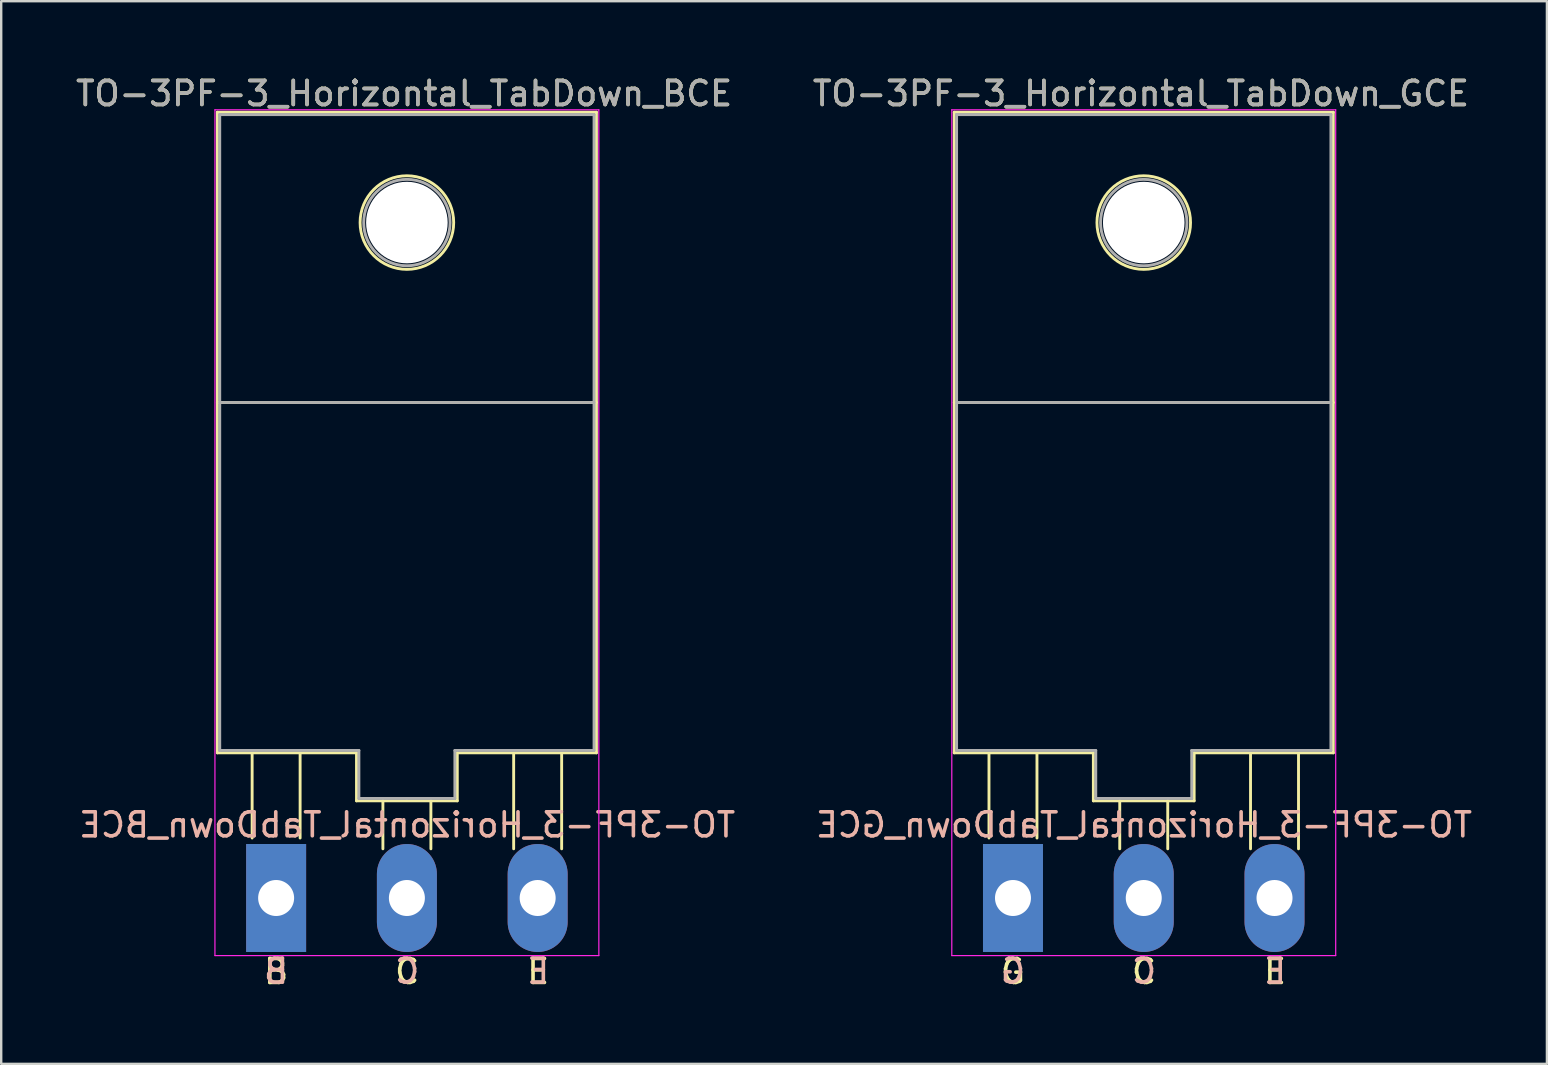
<source format=kicad_pcb>
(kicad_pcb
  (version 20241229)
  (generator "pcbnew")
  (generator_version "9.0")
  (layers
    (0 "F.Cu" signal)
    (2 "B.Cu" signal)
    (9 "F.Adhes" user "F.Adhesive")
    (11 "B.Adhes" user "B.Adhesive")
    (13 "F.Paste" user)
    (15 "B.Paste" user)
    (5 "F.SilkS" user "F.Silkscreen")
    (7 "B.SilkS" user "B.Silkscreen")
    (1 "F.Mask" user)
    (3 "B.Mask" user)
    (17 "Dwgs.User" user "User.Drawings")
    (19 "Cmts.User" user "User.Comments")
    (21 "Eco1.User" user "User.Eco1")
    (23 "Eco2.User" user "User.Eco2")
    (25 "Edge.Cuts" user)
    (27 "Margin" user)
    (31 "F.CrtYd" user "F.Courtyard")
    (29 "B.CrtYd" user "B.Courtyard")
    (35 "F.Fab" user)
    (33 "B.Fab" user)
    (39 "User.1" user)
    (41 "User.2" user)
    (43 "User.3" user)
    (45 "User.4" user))
  (footprint "TO-3PF-3_Horizontal_TabDown_BCE"
    (layer "F.Cu")
    (at 8.458 34.376)
    (property "Reference" "TO-3PF-3_Horizontal_TabDown_BCE" (at 5.334 -33.528 0) (layer "F.SilkS") (effects (font (size 1 1) (thickness 0.15))))
    (fp_line (start -2.45 -32.75) (end 13.35 -32.75) (stroke (width 0.12) (type solid)) (layer "F.SilkS"))
    (fp_line (start -2.45 -6.05) (end -2.45 -32.75) (stroke (width 0.12) (type solid)) (layer "F.SilkS"))
    (fp_line (start -1 -6) (end -1 -2.5) (stroke (width 0.12) (type solid)) (layer "F.SilkS"))
    (fp_line (start 1 -6) (end 1 -2.5) (stroke (width 0.12) (type solid)) (layer "F.SilkS"))
    (fp_line (start 3.35 -6.05) (end -2.45 -6.05) (stroke (width 0.12) (type solid)) (layer "F.SilkS"))
    (fp_line (start 3.35 -4.05) (end 3.35 -6.05) (stroke (width 0.12) (type solid)) (layer "F.SilkS"))
    (fp_line (start 4.45 -4.05) (end 4.45 -2.05) (stroke (width 0.12) (type solid)) (layer "F.SilkS"))
    (fp_line (start 6.45 -4.05) (end 6.45 -2.05) (stroke (width 0.12) (type solid)) (layer "F.SilkS"))
    (fp_line (start 7.55 -6.05) (end 7.55 -4.05) (stroke (width 0.12) (type solid)) (layer "F.SilkS"))
    (fp_line (start 7.55 -4.05) (end 3.35 -4.05) (stroke (width 0.12) (type solid)) (layer "F.SilkS"))
    (fp_line (start 9.9 -6) (end 9.9 -2.05) (stroke (width 0.12) (type solid)) (layer "F.SilkS"))
    (fp_line (start 11.9 -6) (end 11.9 -2.05) (stroke (width 0.12) (type solid)) (layer "F.SilkS"))
    (fp_line (start 13.35 -32.75) (end 13.35 -6.05) (stroke (width 0.12) (type solid)) (layer "F.SilkS"))
    (fp_line (start 13.35 -20.65) (end -2.45 -20.65) (stroke (width 0.12) (type solid)) (layer "F.SilkS"))
    (fp_line (start 13.35 -6.05) (end 7.55 -6.05) (stroke (width 0.12) (type solid)) (layer "F.SilkS"))
    (fp_circle (center 5.45 -28.15) (end 7.4 -28.15) (stroke (width 0.12) (type solid)) (fill no) (layer "F.SilkS"))
    (fp_line (start -2.55 -32.85) (end -2.55 2.4) (stroke (width 0.05) (type solid)) (layer "F.CrtYd"))
    (fp_line (start -2.55 2.4) (end 13.45 2.4) (stroke (width 0.05) (type solid)) (layer "F.CrtYd"))
    (fp_line (start 13.45 -32.85) (end -2.55 -32.85) (stroke (width 0.05) (type solid)) (layer "F.CrtYd"))
    (fp_line (start 13.45 2.4) (end 13.45 -32.85) (stroke (width 0.05) (type solid)) (layer "F.CrtYd"))
    (fp_line (start -2.35 -32.65) (end 13.25 -32.65) (stroke (width 0.12) (type solid)) (layer "F.Fab"))
    (fp_line (start -2.35 -20.65) (end 13.25 -20.65) (stroke (width 0.12) (type solid)) (layer "F.Fab"))
    (fp_line (start -2.35 -6.15) (end -2.35 -32.65) (stroke (width 0.12) (type solid)) (layer "F.Fab"))
    (fp_line (start 3.45 -6.15) (end -2.35 -6.15) (stroke (width 0.12) (type solid)) (layer "F.Fab"))
    (fp_line (start 3.45 -4.15) (end 3.45 -6.15) (stroke (width 0.12) (type solid)) (layer "F.Fab"))
    (fp_line (start 5.45 -4.15) (end 3.45 -4.15) (stroke (width 0.12) (type solid)) (layer "F.Fab"))
    (fp_line (start 5.45 -4.15) (end 7.45 -4.15) (stroke (width 0.12) (type solid)) (layer "F.Fab"))
    (fp_line (start 7.45 -4.15) (end 7.45 -6.15) (stroke (width 0.12) (type solid)) (layer "F.Fab"))
    (fp_line (start 13.25 -32.65) (end 13.25 -6.15) (stroke (width 0.12) (type solid)) (layer "F.Fab"))
    (fp_line (start 13.25 -6.15) (end 7.45 -6.15) (stroke (width 0.12) (type solid)) (layer "F.Fab"))
    (fp_circle (center 5.45 -28.15) (end 7.25 -28.15) (stroke (width 0.12) (type solid)) (fill no) (layer "F.Fab"))
    (fp_text user "B" (at 0 3.064 0) (unlocked yes) (layer "F.SilkS") (effects (font (size 1 1) (thickness 0.15))))
    (fp_text user "C" (at 5.461 3.064 0) (unlocked yes) (layer "F.SilkS") (effects (font (size 1 1) (thickness 0.15))))
    (fp_text user "E" (at 10.922 3.064 0) (unlocked yes) (layer "F.SilkS") (effects (font (size 1 1) (thickness 0.15))))
    (fp_text user "E" (at 10.922 3.048 0) (unlocked yes) (layer "B.SilkS") (effects (font (size 1 1) (thickness 0.15)) (justify mirror)))
    (fp_text user "C" (at 5.461 3.048 0) (unlocked yes) (layer "B.SilkS") (effects (font (size 1 1) (thickness 0.15)) (justify mirror)))
    (fp_text user "B" (at 0 3.048 0) (unlocked yes) (layer "B.SilkS") (effects (font (size 1 1) (thickness 0.15)) (justify mirror)))
    (fp_text user "${REFERENCE}" (at 5.461 -3.048 0) (layer "B.SilkS") (effects (font (size 1 1) (thickness 0.15)) (justify mirror)))
    (fp_text user "${REFERENCE}" (at 5.334 -33.528 0) (layer "F.Fab") (effects (font (size 1 1) (thickness 0.15))))
    (pad "" np_thru_hole circle (at 5.45 -28.15) (size 3.4 3.4) (drill 3.4) (layers "*.Cu" "*.Mask"))
    (pad "1" thru_hole rect (at 0 0) (size 2.5 4.5) (drill 1.5) (layers "*.Cu" "*.Mask"))
    (pad "2" thru_hole oval (at 5.45 0) (size 2.5 4.5) (drill 1.5) (layers "*.Cu" "*.Mask"))
    (pad "3" thru_hole oval (at 10.9 0) (size 2.5 4.5) (drill 1.5) (layers "*.Cu" "*.Mask")))
  (footprint "TO-3PF-3_Horizontal_TabDown_GCE"
    (layer "F.Cu")
    (at 39.168 34.376)
    (property "Reference" "TO-3PF-3_Horizontal_TabDown_GCE" (at 5.334 -33.528 0) (layer "F.SilkS") (effects (font (size 1 1) (thickness 0.15))))
    (fp_line (start -2.45 -32.75) (end 13.35 -32.75) (stroke (width 0.12) (type solid)) (layer "F.SilkS"))
    (fp_line (start -2.45 -6.05) (end -2.45 -32.75) (stroke (width 0.12) (type solid)) (layer "F.SilkS"))
    (fp_line (start -1 -6) (end -1 -2.5) (stroke (width 0.12) (type solid)) (layer "F.SilkS"))
    (fp_line (start 1 -6) (end 1 -2.5) (stroke (width 0.12) (type solid)) (layer "F.SilkS"))
    (fp_line (start 3.35 -6.05) (end -2.45 -6.05) (stroke (width 0.12) (type solid)) (layer "F.SilkS"))
    (fp_line (start 3.35 -4.05) (end 3.35 -6.05) (stroke (width 0.12) (type solid)) (layer "F.SilkS"))
    (fp_line (start 4.45 -4.05) (end 4.45 -2.05) (stroke (width 0.12) (type solid)) (layer "F.SilkS"))
    (fp_line (start 6.45 -4.05) (end 6.45 -2.05) (stroke (width 0.12) (type solid)) (layer "F.SilkS"))
    (fp_line (start 7.55 -6.05) (end 7.55 -4.05) (stroke (width 0.12) (type solid)) (layer "F.SilkS"))
    (fp_line (start 7.55 -4.05) (end 3.35 -4.05) (stroke (width 0.12) (type solid)) (layer "F.SilkS"))
    (fp_line (start 9.9 -6) (end 9.9 -2.05) (stroke (width 0.12) (type solid)) (layer "F.SilkS"))
    (fp_line (start 11.9 -6) (end 11.9 -2.05) (stroke (width 0.12) (type solid)) (layer "F.SilkS"))
    (fp_line (start 13.35 -32.75) (end 13.35 -6.05) (stroke (width 0.12) (type solid)) (layer "F.SilkS"))
    (fp_line (start 13.35 -20.65) (end -2.45 -20.65) (stroke (width 0.12) (type solid)) (layer "F.SilkS"))
    (fp_line (start 13.35 -6.05) (end 7.55 -6.05) (stroke (width 0.12) (type solid)) (layer "F.SilkS"))
    (fp_circle (center 5.45 -28.15) (end 7.4 -28.15) (stroke (width 0.12) (type solid)) (fill no) (layer "F.SilkS"))
    (fp_line (start -2.55 -32.85) (end -2.55 2.4) (stroke (width 0.05) (type solid)) (layer "F.CrtYd"))
    (fp_line (start -2.55 2.4) (end 13.45 2.4) (stroke (width 0.05) (type solid)) (layer "F.CrtYd"))
    (fp_line (start 13.45 -32.85) (end -2.55 -32.85) (stroke (width 0.05) (type solid)) (layer "F.CrtYd"))
    (fp_line (start 13.45 2.4) (end 13.45 -32.85) (stroke (width 0.05) (type solid)) (layer "F.CrtYd"))
    (fp_line (start -2.35 -32.65) (end 13.25 -32.65) (stroke (width 0.12) (type solid)) (layer "F.Fab"))
    (fp_line (start -2.35 -20.65) (end 13.25 -20.65) (stroke (width 0.12) (type solid)) (layer "F.Fab"))
    (fp_line (start -2.35 -6.15) (end -2.35 -32.65) (stroke (width 0.12) (type solid)) (layer "F.Fab"))
    (fp_line (start 3.45 -6.15) (end -2.35 -6.15) (stroke (width 0.12) (type solid)) (layer "F.Fab"))
    (fp_line (start 3.45 -4.15) (end 3.45 -6.15) (stroke (width 0.12) (type solid)) (layer "F.Fab"))
    (fp_line (start 5.45 -4.15) (end 3.45 -4.15) (stroke (width 0.12) (type solid)) (layer "F.Fab"))
    (fp_line (start 5.45 -4.15) (end 7.45 -4.15) (stroke (width 0.12) (type solid)) (layer "F.Fab"))
    (fp_line (start 7.45 -4.15) (end 7.45 -6.15) (stroke (width 0.12) (type solid)) (layer "F.Fab"))
    (fp_line (start 13.25 -32.65) (end 13.25 -6.15) (stroke (width 0.12) (type solid)) (layer "F.Fab"))
    (fp_line (start 13.25 -6.15) (end 7.45 -6.15) (stroke (width 0.12) (type solid)) (layer "F.Fab"))
    (fp_circle (center 5.45 -28.15) (end 7.25 -28.15) (stroke (width 0.12) (type solid)) (fill no) (layer "F.Fab"))
    (fp_text user "E" (at 10.922 3.064 0) (unlocked yes) (layer "F.SilkS") (effects (font (size 1 1) (thickness 0.15))))
    (fp_text user "C" (at 5.461 3.064 0) (unlocked yes) (layer "F.SilkS") (effects (font (size 1 1) (thickness 0.15))))
    (fp_text user "G" (at 0 3.064 0) (unlocked yes) (layer "F.SilkS") (effects (font (size 1 1) (thickness 0.15))))
    (fp_text user "C" (at 5.461 3.048 0) (unlocked yes) (layer "B.SilkS") (effects (font (size 1 1) (thickness 0.15)) (justify mirror)))
    (fp_text user "G" (at 0 3.048 0) (unlocked yes) (layer "B.SilkS") (effects (font (size 1 1) (thickness 0.15)) (justify mirror)))
    (fp_text user "E" (at 10.922 3.048 0) (unlocked yes) (layer "B.SilkS") (effects (font (size 1 1) (thickness 0.15)) (justify mirror)))
    (fp_text user "${REFERENCE}" (at 5.461 -3.048 0) (layer "B.SilkS") (effects (font (size 1 1) (thickness 0.15)) (justify mirror)))
    (fp_text user "${REFERENCE}" (at 5.334 -33.528 0) (layer "F.Fab") (effects (font (size 1 1) (thickness 0.15))))
    (pad "" np_thru_hole circle (at 5.45 -28.15) (size 3.4 3.4) (drill 3.4) (layers "*.Cu" "*.Mask"))
    (pad "1" thru_hole rect (at 0 0) (size 2.5 4.5) (drill 1.5) (layers "*.Cu" "*.Mask"))
    (pad "2" thru_hole oval (at 5.45 0) (size 2.5 4.5) (drill 1.5) (layers "*.Cu" "*.Mask"))
    (pad "3" thru_hole oval (at 10.9 0) (size 2.5 4.5) (drill 1.5) (layers "*.Cu" "*.Mask")))
  (gr_rect
    (start -3 -3)
    (end 61.421 41.288)
    (stroke (width 0.1) (type default))
    (fill no)
    (layer "Edge.Cuts")))
</source>
